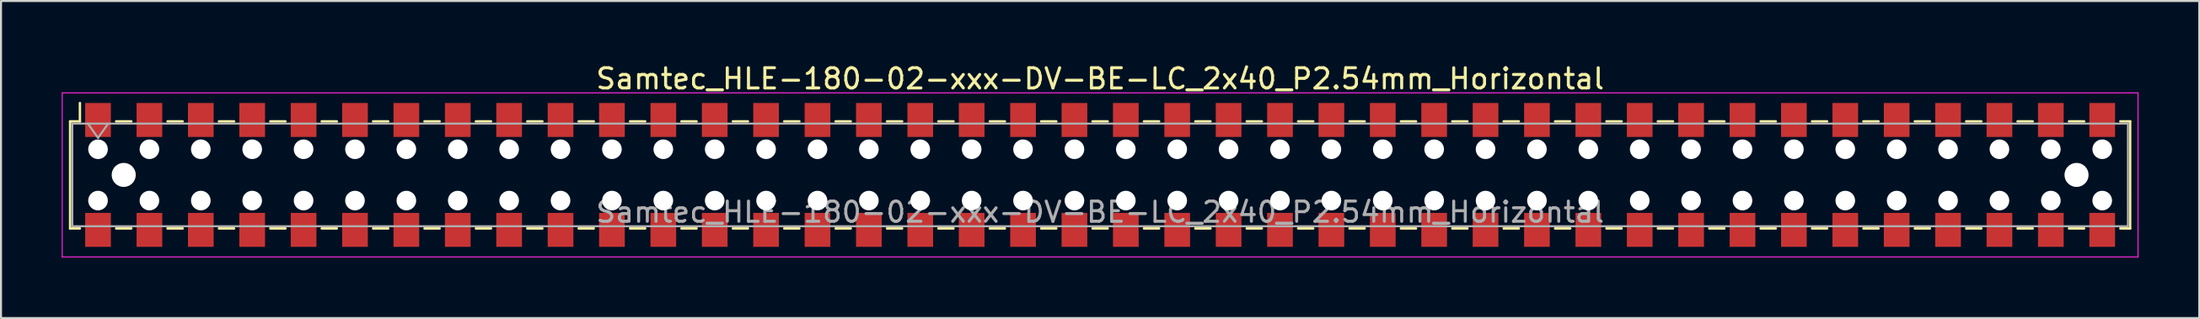
<source format=kicad_pcb>
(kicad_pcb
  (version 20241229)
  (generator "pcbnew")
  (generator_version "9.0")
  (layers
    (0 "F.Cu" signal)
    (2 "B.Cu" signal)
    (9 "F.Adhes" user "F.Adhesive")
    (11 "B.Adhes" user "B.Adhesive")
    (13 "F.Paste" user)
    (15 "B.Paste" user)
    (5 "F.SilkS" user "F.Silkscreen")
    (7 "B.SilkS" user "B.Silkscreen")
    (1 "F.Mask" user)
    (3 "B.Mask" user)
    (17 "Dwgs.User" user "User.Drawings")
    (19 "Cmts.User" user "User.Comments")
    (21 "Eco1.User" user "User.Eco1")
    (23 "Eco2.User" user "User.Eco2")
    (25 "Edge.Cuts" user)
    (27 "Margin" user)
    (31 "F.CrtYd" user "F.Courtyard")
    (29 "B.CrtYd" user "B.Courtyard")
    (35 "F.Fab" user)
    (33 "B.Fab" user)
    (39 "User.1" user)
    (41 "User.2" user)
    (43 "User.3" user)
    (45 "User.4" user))
  (footprint "Samtec_HLE-180-02-xxx-DV-BE-LC_2x40_P2.54mm_Horizontal"
    (layer "F.Cu")
    (at 51.325 5.608)
    (property "Reference" "Samtec_HLE-180-02-xxx-DV-BE-LC_2x40_P2.54mm_Horizontal" (at 0 -4.76 0) (layer "F.SilkS") (effects (font (size 1 1) (thickness 0.15))))
    (attr smd)
    (fp_line (start -50.91 -2.65) (end -50.91 2.65) (stroke (width 0.12) (type solid)) (layer "F.SilkS"))
    (fp_line (start -50.91 2.65) (end -50.425 2.65) (stroke (width 0.12) (type solid)) (layer "F.SilkS"))
    (fp_line (start -50.425 -3.56) (end -50.425 -2.65) (stroke (width 0.12) (type solid)) (layer "F.SilkS"))
    (fp_line (start -50.425 -2.65) (end -50.91 -2.65) (stroke (width 0.12) (type solid)) (layer "F.SilkS"))
    (fp_line (start -48.635 -2.65) (end -47.885 -2.65) (stroke (width 0.12) (type solid)) (layer "F.SilkS"))
    (fp_line (start -48.635 2.65) (end -47.885 2.65) (stroke (width 0.12) (type solid)) (layer "F.SilkS"))
    (fp_line (start -46.095 -2.65) (end -45.345 -2.65) (stroke (width 0.12) (type solid)) (layer "F.SilkS"))
    (fp_line (start -46.095 2.65) (end -45.345 2.65) (stroke (width 0.12) (type solid)) (layer "F.SilkS"))
    (fp_line (start -43.555 -2.65) (end -42.805 -2.65) (stroke (width 0.12) (type solid)) (layer "F.SilkS"))
    (fp_line (start -43.555 2.65) (end -42.805 2.65) (stroke (width 0.12) (type solid)) (layer "F.SilkS"))
    (fp_line (start -41.015 -2.65) (end -40.265 -2.65) (stroke (width 0.12) (type solid)) (layer "F.SilkS"))
    (fp_line (start -41.015 2.65) (end -40.265 2.65) (stroke (width 0.12) (type solid)) (layer "F.SilkS"))
    (fp_line (start -38.475 -2.65) (end -37.725 -2.65) (stroke (width 0.12) (type solid)) (layer "F.SilkS"))
    (fp_line (start -38.475 2.65) (end -37.725 2.65) (stroke (width 0.12) (type solid)) (layer "F.SilkS"))
    (fp_line (start -35.935 -2.65) (end -35.185 -2.65) (stroke (width 0.12) (type solid)) (layer "F.SilkS"))
    (fp_line (start -35.935 2.65) (end -35.185 2.65) (stroke (width 0.12) (type solid)) (layer "F.SilkS"))
    (fp_line (start -33.395 -2.65) (end -32.645 -2.65) (stroke (width 0.12) (type solid)) (layer "F.SilkS"))
    (fp_line (start -33.395 2.65) (end -32.645 2.65) (stroke (width 0.12) (type solid)) (layer "F.SilkS"))
    (fp_line (start -30.855 -2.65) (end -30.105 -2.65) (stroke (width 0.12) (type solid)) (layer "F.SilkS"))
    (fp_line (start -30.855 2.65) (end -30.105 2.65) (stroke (width 0.12) (type solid)) (layer "F.SilkS"))
    (fp_line (start -28.315 -2.65) (end -27.565 -2.65) (stroke (width 0.12) (type solid)) (layer "F.SilkS"))
    (fp_line (start -28.315 2.65) (end -27.565 2.65) (stroke (width 0.12) (type solid)) (layer "F.SilkS"))
    (fp_line (start -25.775 -2.65) (end -25.025 -2.65) (stroke (width 0.12) (type solid)) (layer "F.SilkS"))
    (fp_line (start -25.775 2.65) (end -25.025 2.65) (stroke (width 0.12) (type solid)) (layer "F.SilkS"))
    (fp_line (start -23.235 -2.65) (end -22.485 -2.65) (stroke (width 0.12) (type solid)) (layer "F.SilkS"))
    (fp_line (start -23.235 2.65) (end -22.485 2.65) (stroke (width 0.12) (type solid)) (layer "F.SilkS"))
    (fp_line (start -20.695 -2.65) (end -19.945 -2.65) (stroke (width 0.12) (type solid)) (layer "F.SilkS"))
    (fp_line (start -20.695 2.65) (end -19.945 2.65) (stroke (width 0.12) (type solid)) (layer "F.SilkS"))
    (fp_line (start -18.155 -2.65) (end -17.405 -2.65) (stroke (width 0.12) (type solid)) (layer "F.SilkS"))
    (fp_line (start -18.155 2.65) (end -17.405 2.65) (stroke (width 0.12) (type solid)) (layer "F.SilkS"))
    (fp_line (start -15.615 -2.65) (end -14.865 -2.65) (stroke (width 0.12) (type solid)) (layer "F.SilkS"))
    (fp_line (start -15.615 2.65) (end -14.865 2.65) (stroke (width 0.12) (type solid)) (layer "F.SilkS"))
    (fp_line (start -13.075 -2.65) (end -12.325 -2.65) (stroke (width 0.12) (type solid)) (layer "F.SilkS"))
    (fp_line (start -13.075 2.65) (end -12.325 2.65) (stroke (width 0.12) (type solid)) (layer "F.SilkS"))
    (fp_line (start -10.535 -2.65) (end -9.785 -2.65) (stroke (width 0.12) (type solid)) (layer "F.SilkS"))
    (fp_line (start -10.535 2.65) (end -9.785 2.65) (stroke (width 0.12) (type solid)) (layer "F.SilkS"))
    (fp_line (start -7.995 -2.65) (end -7.245 -2.65) (stroke (width 0.12) (type solid)) (layer "F.SilkS"))
    (fp_line (start -7.995 2.65) (end -7.245 2.65) (stroke (width 0.12) (type solid)) (layer "F.SilkS"))
    (fp_line (start -5.455 -2.65) (end -4.705 -2.65) (stroke (width 0.12) (type solid)) (layer "F.SilkS"))
    (fp_line (start -5.455 2.65) (end -4.705 2.65) (stroke (width 0.12) (type solid)) (layer "F.SilkS"))
    (fp_line (start -2.915 -2.65) (end -2.165 -2.65) (stroke (width 0.12) (type solid)) (layer "F.SilkS"))
    (fp_line (start -2.915 2.65) (end -2.165 2.65) (stroke (width 0.12) (type solid)) (layer "F.SilkS"))
    (fp_line (start -0.375 -2.65) (end 0.375 -2.65) (stroke (width 0.12) (type solid)) (layer "F.SilkS"))
    (fp_line (start -0.375 2.65) (end 0.375 2.65) (stroke (width 0.12) (type solid)) (layer "F.SilkS"))
    (fp_line (start 2.165 -2.65) (end 2.915 -2.65) (stroke (width 0.12) (type solid)) (layer "F.SilkS"))
    (fp_line (start 2.165 2.65) (end 2.915 2.65) (stroke (width 0.12) (type solid)) (layer "F.SilkS"))
    (fp_line (start 4.705 -2.65) (end 5.455 -2.65) (stroke (width 0.12) (type solid)) (layer "F.SilkS"))
    (fp_line (start 4.705 2.65) (end 5.455 2.65) (stroke (width 0.12) (type solid)) (layer "F.SilkS"))
    (fp_line (start 7.245 -2.65) (end 7.995 -2.65) (stroke (width 0.12) (type solid)) (layer "F.SilkS"))
    (fp_line (start 7.245 2.65) (end 7.995 2.65) (stroke (width 0.12) (type solid)) (layer "F.SilkS"))
    (fp_line (start 9.785 -2.65) (end 10.535 -2.65) (stroke (width 0.12) (type solid)) (layer "F.SilkS"))
    (fp_line (start 9.785 2.65) (end 10.535 2.65) (stroke (width 0.12) (type solid)) (layer "F.SilkS"))
    (fp_line (start 12.325 -2.65) (end 13.075 -2.65) (stroke (width 0.12) (type solid)) (layer "F.SilkS"))
    (fp_line (start 12.325 2.65) (end 13.075 2.65) (stroke (width 0.12) (type solid)) (layer "F.SilkS"))
    (fp_line (start 14.865 -2.65) (end 15.615 -2.65) (stroke (width 0.12) (type solid)) (layer "F.SilkS"))
    (fp_line (start 14.865 2.65) (end 15.615 2.65) (stroke (width 0.12) (type solid)) (layer "F.SilkS"))
    (fp_line (start 17.405 -2.65) (end 18.155 -2.65) (stroke (width 0.12) (type solid)) (layer "F.SilkS"))
    (fp_line (start 17.405 2.65) (end 18.155 2.65) (stroke (width 0.12) (type solid)) (layer "F.SilkS"))
    (fp_line (start 19.945 -2.65) (end 20.695 -2.65) (stroke (width 0.12) (type solid)) (layer "F.SilkS"))
    (fp_line (start 19.945 2.65) (end 20.695 2.65) (stroke (width 0.12) (type solid)) (layer "F.SilkS"))
    (fp_line (start 22.485 -2.65) (end 23.235 -2.65) (stroke (width 0.12) (type solid)) (layer "F.SilkS"))
    (fp_line (start 22.485 2.65) (end 23.235 2.65) (stroke (width 0.12) (type solid)) (layer "F.SilkS"))
    (fp_line (start 25.025 -2.65) (end 25.775 -2.65) (stroke (width 0.12) (type solid)) (layer "F.SilkS"))
    (fp_line (start 25.025 2.65) (end 25.775 2.65) (stroke (width 0.12) (type solid)) (layer "F.SilkS"))
    (fp_line (start 27.565 -2.65) (end 28.315 -2.65) (stroke (width 0.12) (type solid)) (layer "F.SilkS"))
    (fp_line (start 27.565 2.65) (end 28.315 2.65) (stroke (width 0.12) (type solid)) (layer "F.SilkS"))
    (fp_line (start 30.105 -2.65) (end 30.855 -2.65) (stroke (width 0.12) (type solid)) (layer "F.SilkS"))
    (fp_line (start 30.105 2.65) (end 30.855 2.65) (stroke (width 0.12) (type solid)) (layer "F.SilkS"))
    (fp_line (start 32.645 -2.65) (end 33.395 -2.65) (stroke (width 0.12) (type solid)) (layer "F.SilkS"))
    (fp_line (start 32.645 2.65) (end 33.395 2.65) (stroke (width 0.12) (type solid)) (layer "F.SilkS"))
    (fp_line (start 35.185 -2.65) (end 35.935 -2.65) (stroke (width 0.12) (type solid)) (layer "F.SilkS"))
    (fp_line (start 35.185 2.65) (end 35.935 2.65) (stroke (width 0.12) (type solid)) (layer "F.SilkS"))
    (fp_line (start 37.725 -2.65) (end 38.475 -2.65) (stroke (width 0.12) (type solid)) (layer "F.SilkS"))
    (fp_line (start 37.725 2.65) (end 38.475 2.65) (stroke (width 0.12) (type solid)) (layer "F.SilkS"))
    (fp_line (start 40.265 -2.65) (end 41.015 -2.65) (stroke (width 0.12) (type solid)) (layer "F.SilkS"))
    (fp_line (start 40.265 2.65) (end 41.015 2.65) (stroke (width 0.12) (type solid)) (layer "F.SilkS"))
    (fp_line (start 42.805 -2.65) (end 43.555 -2.65) (stroke (width 0.12) (type solid)) (layer "F.SilkS"))
    (fp_line (start 42.805 2.65) (end 43.555 2.65) (stroke (width 0.12) (type solid)) (layer "F.SilkS"))
    (fp_line (start 45.345 -2.65) (end 46.095 -2.65) (stroke (width 0.12) (type solid)) (layer "F.SilkS"))
    (fp_line (start 45.345 2.65) (end 46.095 2.65) (stroke (width 0.12) (type solid)) (layer "F.SilkS"))
    (fp_line (start 47.885 -2.65) (end 48.635 -2.65) (stroke (width 0.12) (type solid)) (layer "F.SilkS"))
    (fp_line (start 47.885 2.65) (end 48.635 2.65) (stroke (width 0.12) (type solid)) (layer "F.SilkS"))
    (fp_line (start 50.425 -2.65) (end 50.91 -2.65) (stroke (width 0.12) (type solid)) (layer "F.SilkS"))
    (fp_line (start 50.91 -2.65) (end 50.91 2.65) (stroke (width 0.12) (type solid)) (layer "F.SilkS"))
    (fp_line (start 50.91 2.65) (end 50.425 2.65) (stroke (width 0.12) (type solid)) (layer "F.SilkS"))
    (fp_line (start -51.3 -4.06) (end 51.3 -4.06) (stroke (width 0.05) (type solid)) (layer "F.CrtYd"))
    (fp_line (start -51.3 4.06) (end -51.3 -4.06) (stroke (width 0.05) (type solid)) (layer "F.CrtYd"))
    (fp_line (start 51.3 -4.06) (end 51.3 4.06) (stroke (width 0.05) (type solid)) (layer "F.CrtYd"))
    (fp_line (start 51.3 4.06) (end -51.3 4.06) (stroke (width 0.05) (type solid)) (layer "F.CrtYd"))
    (fp_line (start -50.8 -2.54) (end 50.8 -2.54) (stroke (width 0.1) (type solid)) (layer "F.Fab"))
    (fp_line (start -50.8 2.54) (end -50.8 -2.54) (stroke (width 0.1) (type solid)) (layer "F.Fab"))
    (fp_line (start -50.03 -2.54) (end -49.53 -1.833) (stroke (width 0.1) (type solid)) (layer "F.Fab"))
    (fp_line (start -49.53 -1.833) (end -49.03 -2.54) (stroke (width 0.1) (type solid)) (layer "F.Fab"))
    (fp_line (start 50.8 -2.54) (end 50.8 2.54) (stroke (width 0.1) (type solid)) (layer "F.Fab"))
    (fp_line (start 50.8 2.54) (end -50.8 2.54) (stroke (width 0.1) (type solid)) (layer "F.Fab"))
    (fp_text user "${REFERENCE}" (at 0 1.84 0) (layer "F.Fab") (effects (font (size 1 1) (thickness 0.15))))
    (pad "" np_thru_hole circle (at -49.53 -1.27) (size 0.97 0.97) (drill 0.97) (layers "*.Cu" "*.Mask"))
    (pad "" np_thru_hole circle (at -49.53 1.27) (size 0.97 0.97) (drill 0.97) (layers "*.Cu" "*.Mask"))
    (pad "" np_thru_hole circle (at -48.26 0) (size 1.19 1.19) (drill 1.19) (layers "*.Cu" "*.Mask"))
    (pad "" np_thru_hole circle (at -46.99 -1.27) (size 0.97 0.97) (drill 0.97) (layers "*.Cu" "*.Mask"))
    (pad "" np_thru_hole circle (at -46.99 1.27) (size 0.97 0.97) (drill 0.97) (layers "*.Cu" "*.Mask"))
    (pad "" np_thru_hole circle (at -44.45 -1.27) (size 0.97 0.97) (drill 0.97) (layers "*.Cu" "*.Mask"))
    (pad "" np_thru_hole circle (at -44.45 1.27) (size 0.97 0.97) (drill 0.97) (layers "*.Cu" "*.Mask"))
    (pad "" np_thru_hole circle (at -41.91 -1.27) (size 0.97 0.97) (drill 0.97) (layers "*.Cu" "*.Mask"))
    (pad "" np_thru_hole circle (at -41.91 1.27) (size 0.97 0.97) (drill 0.97) (layers "*.Cu" "*.Mask"))
    (pad "" np_thru_hole circle (at -39.37 -1.27) (size 0.97 0.97) (drill 0.97) (layers "*.Cu" "*.Mask"))
    (pad "" np_thru_hole circle (at -39.37 1.27) (size 0.97 0.97) (drill 0.97) (layers "*.Cu" "*.Mask"))
    (pad "" np_thru_hole circle (at -36.83 -1.27) (size 0.97 0.97) (drill 0.97) (layers "*.Cu" "*.Mask"))
    (pad "" np_thru_hole circle (at -36.83 1.27) (size 0.97 0.97) (drill 0.97) (layers "*.Cu" "*.Mask"))
    (pad "" np_thru_hole circle (at -34.29 -1.27) (size 0.97 0.97) (drill 0.97) (layers "*.Cu" "*.Mask"))
    (pad "" np_thru_hole circle (at -34.29 1.27) (size 0.97 0.97) (drill 0.97) (layers "*.Cu" "*.Mask"))
    (pad "" np_thru_hole circle (at -31.75 -1.27) (size 0.97 0.97) (drill 0.97) (layers "*.Cu" "*.Mask"))
    (pad "" np_thru_hole circle (at -31.75 1.27) (size 0.97 0.97) (drill 0.97) (layers "*.Cu" "*.Mask"))
    (pad "" np_thru_hole circle (at -29.21 -1.27) (size 0.97 0.97) (drill 0.97) (layers "*.Cu" "*.Mask"))
    (pad "" np_thru_hole circle (at -29.21 1.27) (size 0.97 0.97) (drill 0.97) (layers "*.Cu" "*.Mask"))
    (pad "" np_thru_hole circle (at -26.67 -1.27) (size 0.97 0.97) (drill 0.97) (layers "*.Cu" "*.Mask"))
    (pad "" np_thru_hole circle (at -26.67 1.27) (size 0.97 0.97) (drill 0.97) (layers "*.Cu" "*.Mask"))
    (pad "" np_thru_hole circle (at -24.13 -1.27) (size 0.97 0.97) (drill 0.97) (layers "*.Cu" "*.Mask"))
    (pad "" np_thru_hole circle (at -24.13 1.27) (size 0.97 0.97) (drill 0.97) (layers "*.Cu" "*.Mask"))
    (pad "" np_thru_hole circle (at -21.59 -1.27) (size 0.97 0.97) (drill 0.97) (layers "*.Cu" "*.Mask"))
    (pad "" np_thru_hole circle (at -21.59 1.27) (size 0.97 0.97) (drill 0.97) (layers "*.Cu" "*.Mask"))
    (pad "" np_thru_hole circle (at -19.05 -1.27) (size 0.97 0.97) (drill 0.97) (layers "*.Cu" "*.Mask"))
    (pad "" np_thru_hole circle (at -19.05 1.27) (size 0.97 0.97) (drill 0.97) (layers "*.Cu" "*.Mask"))
    (pad "" np_thru_hole circle (at -16.51 -1.27) (size 0.97 0.97) (drill 0.97) (layers "*.Cu" "*.Mask"))
    (pad "" np_thru_hole circle (at -16.51 1.27) (size 0.97 0.97) (drill 0.97) (layers "*.Cu" "*.Mask"))
    (pad "" np_thru_hole circle (at -13.97 -1.27) (size 0.97 0.97) (drill 0.97) (layers "*.Cu" "*.Mask"))
    (pad "" np_thru_hole circle (at -13.97 1.27) (size 0.97 0.97) (drill 0.97) (layers "*.Cu" "*.Mask"))
    (pad "" np_thru_hole circle (at -11.43 -1.27) (size 0.97 0.97) (drill 0.97) (layers "*.Cu" "*.Mask"))
    (pad "" np_thru_hole circle (at -11.43 1.27) (size 0.97 0.97) (drill 0.97) (layers "*.Cu" "*.Mask"))
    (pad "" np_thru_hole circle (at -8.89 -1.27) (size 0.97 0.97) (drill 0.97) (layers "*.Cu" "*.Mask"))
    (pad "" np_thru_hole circle (at -8.89 1.27) (size 0.97 0.97) (drill 0.97) (layers "*.Cu" "*.Mask"))
    (pad "" np_thru_hole circle (at -6.35 -1.27) (size 0.97 0.97) (drill 0.97) (layers "*.Cu" "*.Mask"))
    (pad "" np_thru_hole circle (at -6.35 1.27) (size 0.97 0.97) (drill 0.97) (layers "*.Cu" "*.Mask"))
    (pad "" np_thru_hole circle (at -3.81 -1.27) (size 0.97 0.97) (drill 0.97) (layers "*.Cu" "*.Mask"))
    (pad "" np_thru_hole circle (at -3.81 1.27) (size 0.97 0.97) (drill 0.97) (layers "*.Cu" "*.Mask"))
    (pad "" np_thru_hole circle (at -1.27 -1.27) (size 0.97 0.97) (drill 0.97) (layers "*.Cu" "*.Mask"))
    (pad "" np_thru_hole circle (at -1.27 1.27) (size 0.97 0.97) (drill 0.97) (layers "*.Cu" "*.Mask"))
    (pad "" np_thru_hole circle (at 1.27 -1.27) (size 0.97 0.97) (drill 0.97) (layers "*.Cu" "*.Mask"))
    (pad "" np_thru_hole circle (at 1.27 1.27) (size 0.97 0.97) (drill 0.97) (layers "*.Cu" "*.Mask"))
    (pad "" np_thru_hole circle (at 3.81 -1.27) (size 0.97 0.97) (drill 0.97) (layers "*.Cu" "*.Mask"))
    (pad "" np_thru_hole circle (at 3.81 1.27) (size 0.97 0.97) (drill 0.97) (layers "*.Cu" "*.Mask"))
    (pad "" np_thru_hole circle (at 6.35 -1.27) (size 0.97 0.97) (drill 0.97) (layers "*.Cu" "*.Mask"))
    (pad "" np_thru_hole circle (at 6.35 1.27) (size 0.97 0.97) (drill 0.97) (layers "*.Cu" "*.Mask"))
    (pad "" np_thru_hole circle (at 8.89 -1.27) (size 0.97 0.97) (drill 0.97) (layers "*.Cu" "*.Mask"))
    (pad "" np_thru_hole circle (at 8.89 1.27) (size 0.97 0.97) (drill 0.97) (layers "*.Cu" "*.Mask"))
    (pad "" np_thru_hole circle (at 11.43 -1.27) (size 0.97 0.97) (drill 0.97) (layers "*.Cu" "*.Mask"))
    (pad "" np_thru_hole circle (at 11.43 1.27) (size 0.97 0.97) (drill 0.97) (layers "*.Cu" "*.Mask"))
    (pad "" np_thru_hole circle (at 13.97 -1.27) (size 0.97 0.97) (drill 0.97) (layers "*.Cu" "*.Mask"))
    (pad "" np_thru_hole circle (at 13.97 1.27) (size 0.97 0.97) (drill 0.97) (layers "*.Cu" "*.Mask"))
    (pad "" np_thru_hole circle (at 16.51 -1.27) (size 0.97 0.97) (drill 0.97) (layers "*.Cu" "*.Mask"))
    (pad "" np_thru_hole circle (at 16.51 1.27) (size 0.97 0.97) (drill 0.97) (layers "*.Cu" "*.Mask"))
    (pad "" np_thru_hole circle (at 19.05 -1.27) (size 0.97 0.97) (drill 0.97) (layers "*.Cu" "*.Mask"))
    (pad "" np_thru_hole circle (at 19.05 1.27) (size 0.97 0.97) (drill 0.97) (layers "*.Cu" "*.Mask"))
    (pad "" np_thru_hole circle (at 21.59 -1.27) (size 0.97 0.97) (drill 0.97) (layers "*.Cu" "*.Mask"))
    (pad "" np_thru_hole circle (at 21.59 1.27) (size 0.97 0.97) (drill 0.97) (layers "*.Cu" "*.Mask"))
    (pad "" np_thru_hole circle (at 24.13 -1.27) (size 0.97 0.97) (drill 0.97) (layers "*.Cu" "*.Mask"))
    (pad "" np_thru_hole circle (at 24.13 1.27) (size 0.97 0.97) (drill 0.97) (layers "*.Cu" "*.Mask"))
    (pad "" np_thru_hole circle (at 26.67 -1.27) (size 0.97 0.97) (drill 0.97) (layers "*.Cu" "*.Mask"))
    (pad "" np_thru_hole circle (at 26.67 1.27) (size 0.97 0.97) (drill 0.97) (layers "*.Cu" "*.Mask"))
    (pad "" np_thru_hole circle (at 29.21 -1.27) (size 0.97 0.97) (drill 0.97) (layers "*.Cu" "*.Mask"))
    (pad "" np_thru_hole circle (at 29.21 1.27) (size 0.97 0.97) (drill 0.97) (layers "*.Cu" "*.Mask"))
    (pad "" np_thru_hole circle (at 31.75 -1.27) (size 0.97 0.97) (drill 0.97) (layers "*.Cu" "*.Mask"))
    (pad "" np_thru_hole circle (at 31.75 1.27) (size 0.97 0.97) (drill 0.97) (layers "*.Cu" "*.Mask"))
    (pad "" np_thru_hole circle (at 34.29 -1.27) (size 0.97 0.97) (drill 0.97) (layers "*.Cu" "*.Mask"))
    (pad "" np_thru_hole circle (at 34.29 1.27) (size 0.97 0.97) (drill 0.97) (layers "*.Cu" "*.Mask"))
    (pad "" np_thru_hole circle (at 36.83 -1.27) (size 0.97 0.97) (drill 0.97) (layers "*.Cu" "*.Mask"))
    (pad "" np_thru_hole circle (at 36.83 1.27) (size 0.97 0.97) (drill 0.97) (layers "*.Cu" "*.Mask"))
    (pad "" np_thru_hole circle (at 39.37 -1.27) (size 0.97 0.97) (drill 0.97) (layers "*.Cu" "*.Mask"))
    (pad "" np_thru_hole circle (at 39.37 1.27) (size 0.97 0.97) (drill 0.97) (layers "*.Cu" "*.Mask"))
    (pad "" np_thru_hole circle (at 41.91 -1.27) (size 0.97 0.97) (drill 0.97) (layers "*.Cu" "*.Mask"))
    (pad "" np_thru_hole circle (at 41.91 1.27) (size 0.97 0.97) (drill 0.97) (layers "*.Cu" "*.Mask"))
    (pad "" np_thru_hole circle (at 44.45 -1.27) (size 0.97 0.97) (drill 0.97) (layers "*.Cu" "*.Mask"))
    (pad "" np_thru_hole circle (at 44.45 1.27) (size 0.97 0.97) (drill 0.97) (layers "*.Cu" "*.Mask"))
    (pad "" np_thru_hole circle (at 46.99 -1.27) (size 0.97 0.97) (drill 0.97) (layers "*.Cu" "*.Mask"))
    (pad "" np_thru_hole circle (at 46.99 1.27) (size 0.97 0.97) (drill 0.97) (layers "*.Cu" "*.Mask"))
    (pad "" np_thru_hole circle (at 48.26 0) (size 1.19 1.19) (drill 1.19) (layers "*.Cu" "*.Mask"))
    (pad "" np_thru_hole circle (at 49.53 -1.27) (size 0.97 0.97) (drill 0.97) (layers "*.Cu" "*.Mask"))
    (pad "" np_thru_hole circle (at 49.53 1.27) (size 0.97 0.97) (drill 0.97) (layers "*.Cu" "*.Mask"))
    (pad "1" smd rect (at -49.53 -2.72) (size 1.27 1.68) (layers "F.Cu" "F.Mask" "F.Paste"))
    (pad "2" smd rect (at -49.53 2.72) (size 1.27 1.68) (layers "F.Cu" "F.Mask" "F.Paste"))
    (pad "3" smd rect (at -46.99 -2.72) (size 1.27 1.68) (layers "F.Cu" "F.Mask" "F.Paste"))
    (pad "4" smd rect (at -46.99 2.72) (size 1.27 1.68) (layers "F.Cu" "F.Mask" "F.Paste"))
    (pad "5" smd rect (at -44.45 -2.72) (size 1.27 1.68) (layers "F.Cu" "F.Mask" "F.Paste"))
    (pad "6" smd rect (at -44.45 2.72) (size 1.27 1.68) (layers "F.Cu" "F.Mask" "F.Paste"))
    (pad "7" smd rect (at -41.91 -2.72) (size 1.27 1.68) (layers "F.Cu" "F.Mask" "F.Paste"))
    (pad "8" smd rect (at -41.91 2.72) (size 1.27 1.68) (layers "F.Cu" "F.Mask" "F.Paste"))
    (pad "9" smd rect (at -39.37 -2.72) (size 1.27 1.68) (layers "F.Cu" "F.Mask" "F.Paste"))
    (pad "10" smd rect (at -39.37 2.72) (size 1.27 1.68) (layers "F.Cu" "F.Mask" "F.Paste"))
    (pad "11" smd rect (at -36.83 -2.72) (size 1.27 1.68) (layers "F.Cu" "F.Mask" "F.Paste"))
    (pad "12" smd rect (at -36.83 2.72) (size 1.27 1.68) (layers "F.Cu" "F.Mask" "F.Paste"))
    (pad "13" smd rect (at -34.29 -2.72) (size 1.27 1.68) (layers "F.Cu" "F.Mask" "F.Paste"))
    (pad "14" smd rect (at -34.29 2.72) (size 1.27 1.68) (layers "F.Cu" "F.Mask" "F.Paste"))
    (pad "15" smd rect (at -31.75 -2.72) (size 1.27 1.68) (layers "F.Cu" "F.Mask" "F.Paste"))
    (pad "16" smd rect (at -31.75 2.72) (size 1.27 1.68) (layers "F.Cu" "F.Mask" "F.Paste"))
    (pad "17" smd rect (at -29.21 -2.72) (size 1.27 1.68) (layers "F.Cu" "F.Mask" "F.Paste"))
    (pad "18" smd rect (at -29.21 2.72) (size 1.27 1.68) (layers "F.Cu" "F.Mask" "F.Paste"))
    (pad "19" smd rect (at -26.67 -2.72) (size 1.27 1.68) (layers "F.Cu" "F.Mask" "F.Paste"))
    (pad "20" smd rect (at -26.67 2.72) (size 1.27 1.68) (layers "F.Cu" "F.Mask" "F.Paste"))
    (pad "21" smd rect (at -24.13 -2.72) (size 1.27 1.68) (layers "F.Cu" "F.Mask" "F.Paste"))
    (pad "22" smd rect (at -24.13 2.72) (size 1.27 1.68) (layers "F.Cu" "F.Mask" "F.Paste"))
    (pad "23" smd rect (at -21.59 -2.72) (size 1.27 1.68) (layers "F.Cu" "F.Mask" "F.Paste"))
    (pad "24" smd rect (at -21.59 2.72) (size 1.27 1.68) (layers "F.Cu" "F.Mask" "F.Paste"))
    (pad "25" smd rect (at -19.05 -2.72) (size 1.27 1.68) (layers "F.Cu" "F.Mask" "F.Paste"))
    (pad "26" smd rect (at -19.05 2.72) (size 1.27 1.68) (layers "F.Cu" "F.Mask" "F.Paste"))
    (pad "27" smd rect (at -16.51 -2.72) (size 1.27 1.68) (layers "F.Cu" "F.Mask" "F.Paste"))
    (pad "28" smd rect (at -16.51 2.72) (size 1.27 1.68) (layers "F.Cu" "F.Mask" "F.Paste"))
    (pad "29" smd rect (at -13.97 -2.72) (size 1.27 1.68) (layers "F.Cu" "F.Mask" "F.Paste"))
    (pad "30" smd rect (at -13.97 2.72) (size 1.27 1.68) (layers "F.Cu" "F.Mask" "F.Paste"))
    (pad "31" smd rect (at -11.43 -2.72) (size 1.27 1.68) (layers "F.Cu" "F.Mask" "F.Paste"))
    (pad "32" smd rect (at -11.43 2.72) (size 1.27 1.68) (layers "F.Cu" "F.Mask" "F.Paste"))
    (pad "33" smd rect (at -8.89 -2.72) (size 1.27 1.68) (layers "F.Cu" "F.Mask" "F.Paste"))
    (pad "34" smd rect (at -8.89 2.72) (size 1.27 1.68) (layers "F.Cu" "F.Mask" "F.Paste"))
    (pad "35" smd rect (at -6.35 -2.72) (size 1.27 1.68) (layers "F.Cu" "F.Mask" "F.Paste"))
    (pad "36" smd rect (at -6.35 2.72) (size 1.27 1.68) (layers "F.Cu" "F.Mask" "F.Paste"))
    (pad "37" smd rect (at -3.81 -2.72) (size 1.27 1.68) (layers "F.Cu" "F.Mask" "F.Paste"))
    (pad "38" smd rect (at -3.81 2.72) (size 1.27 1.68) (layers "F.Cu" "F.Mask" "F.Paste"))
    (pad "39" smd rect (at -1.27 -2.72) (size 1.27 1.68) (layers "F.Cu" "F.Mask" "F.Paste"))
    (pad "40" smd rect (at -1.27 2.72) (size 1.27 1.68) (layers "F.Cu" "F.Mask" "F.Paste"))
    (pad "41" smd rect (at 1.27 -2.72) (size 1.27 1.68) (layers "F.Cu" "F.Mask" "F.Paste"))
    (pad "42" smd rect (at 1.27 2.72) (size 1.27 1.68) (layers "F.Cu" "F.Mask" "F.Paste"))
    (pad "43" smd rect (at 3.81 -2.72) (size 1.27 1.68) (layers "F.Cu" "F.Mask" "F.Paste"))
    (pad "44" smd rect (at 3.81 2.72) (size 1.27 1.68) (layers "F.Cu" "F.Mask" "F.Paste"))
    (pad "45" smd rect (at 6.35 -2.72) (size 1.27 1.68) (layers "F.Cu" "F.Mask" "F.Paste"))
    (pad "46" smd rect (at 6.35 2.72) (size 1.27 1.68) (layers "F.Cu" "F.Mask" "F.Paste"))
    (pad "47" smd rect (at 8.89 -2.72) (size 1.27 1.68) (layers "F.Cu" "F.Mask" "F.Paste"))
    (pad "48" smd rect (at 8.89 2.72) (size 1.27 1.68) (layers "F.Cu" "F.Mask" "F.Paste"))
    (pad "49" smd rect (at 11.43 -2.72) (size 1.27 1.68) (layers "F.Cu" "F.Mask" "F.Paste"))
    (pad "50" smd rect (at 11.43 2.72) (size 1.27 1.68) (layers "F.Cu" "F.Mask" "F.Paste"))
    (pad "51" smd rect (at 13.97 -2.72) (size 1.27 1.68) (layers "F.Cu" "F.Mask" "F.Paste"))
    (pad "52" smd rect (at 13.97 2.72) (size 1.27 1.68) (layers "F.Cu" "F.Mask" "F.Paste"))
    (pad "53" smd rect (at 16.51 -2.72) (size 1.27 1.68) (layers "F.Cu" "F.Mask" "F.Paste"))
    (pad "54" smd rect (at 16.51 2.72) (size 1.27 1.68) (layers "F.Cu" "F.Mask" "F.Paste"))
    (pad "55" smd rect (at 19.05 -2.72) (size 1.27 1.68) (layers "F.Cu" "F.Mask" "F.Paste"))
    (pad "56" smd rect (at 19.05 2.72) (size 1.27 1.68) (layers "F.Cu" "F.Mask" "F.Paste"))
    (pad "57" smd rect (at 21.59 -2.72) (size 1.27 1.68) (layers "F.Cu" "F.Mask" "F.Paste"))
    (pad "58" smd rect (at 21.59 2.72) (size 1.27 1.68) (layers "F.Cu" "F.Mask" "F.Paste"))
    (pad "59" smd rect (at 24.13 -2.72) (size 1.27 1.68) (layers "F.Cu" "F.Mask" "F.Paste"))
    (pad "60" smd rect (at 24.13 2.72) (size 1.27 1.68) (layers "F.Cu" "F.Mask" "F.Paste"))
    (pad "61" smd rect (at 26.67 -2.72) (size 1.27 1.68) (layers "F.Cu" "F.Mask" "F.Paste"))
    (pad "62" smd rect (at 26.67 2.72) (size 1.27 1.68) (layers "F.Cu" "F.Mask" "F.Paste"))
    (pad "63" smd rect (at 29.21 -2.72) (size 1.27 1.68) (layers "F.Cu" "F.Mask" "F.Paste"))
    (pad "64" smd rect (at 29.21 2.72) (size 1.27 1.68) (layers "F.Cu" "F.Mask" "F.Paste"))
    (pad "65" smd rect (at 31.75 -2.72) (size 1.27 1.68) (layers "F.Cu" "F.Mask" "F.Paste"))
    (pad "66" smd rect (at 31.75 2.72) (size 1.27 1.68) (layers "F.Cu" "F.Mask" "F.Paste"))
    (pad "67" smd rect (at 34.29 -2.72) (size 1.27 1.68) (layers "F.Cu" "F.Mask" "F.Paste"))
    (pad "68" smd rect (at 34.29 2.72) (size 1.27 1.68) (layers "F.Cu" "F.Mask" "F.Paste"))
    (pad "69" smd rect (at 36.83 -2.72) (size 1.27 1.68) (layers "F.Cu" "F.Mask" "F.Paste"))
    (pad "70" smd rect (at 36.83 2.72) (size 1.27 1.68) (layers "F.Cu" "F.Mask" "F.Paste"))
    (pad "71" smd rect (at 39.37 -2.72) (size 1.27 1.68) (layers "F.Cu" "F.Mask" "F.Paste"))
    (pad "72" smd rect (at 39.37 2.72) (size 1.27 1.68) (layers "F.Cu" "F.Mask" "F.Paste"))
    (pad "73" smd rect (at 41.91 -2.72) (size 1.27 1.68) (layers "F.Cu" "F.Mask" "F.Paste"))
    (pad "74" smd rect (at 41.91 2.72) (size 1.27 1.68) (layers "F.Cu" "F.Mask" "F.Paste"))
    (pad "75" smd rect (at 44.45 -2.72) (size 1.27 1.68) (layers "F.Cu" "F.Mask" "F.Paste"))
    (pad "76" smd rect (at 44.45 2.72) (size 1.27 1.68) (layers "F.Cu" "F.Mask" "F.Paste"))
    (pad "77" smd rect (at 46.99 -2.72) (size 1.27 1.68) (layers "F.Cu" "F.Mask" "F.Paste"))
    (pad "78" smd rect (at 46.99 2.72) (size 1.27 1.68) (layers "F.Cu" "F.Mask" "F.Paste"))
    (pad "79" smd rect (at 49.53 -2.72) (size 1.27 1.68) (layers "F.Cu" "F.Mask" "F.Paste"))
    (pad "80" smd rect (at 49.53 2.72) (size 1.27 1.68) (layers "F.Cu" "F.Mask" "F.Paste")))
  (gr_rect
    (start -3 -3)
    (end 105.65 12.693)
    (stroke (width 0.1) (type default))
    (fill no)
    (layer "Edge.Cuts")))
</source>
